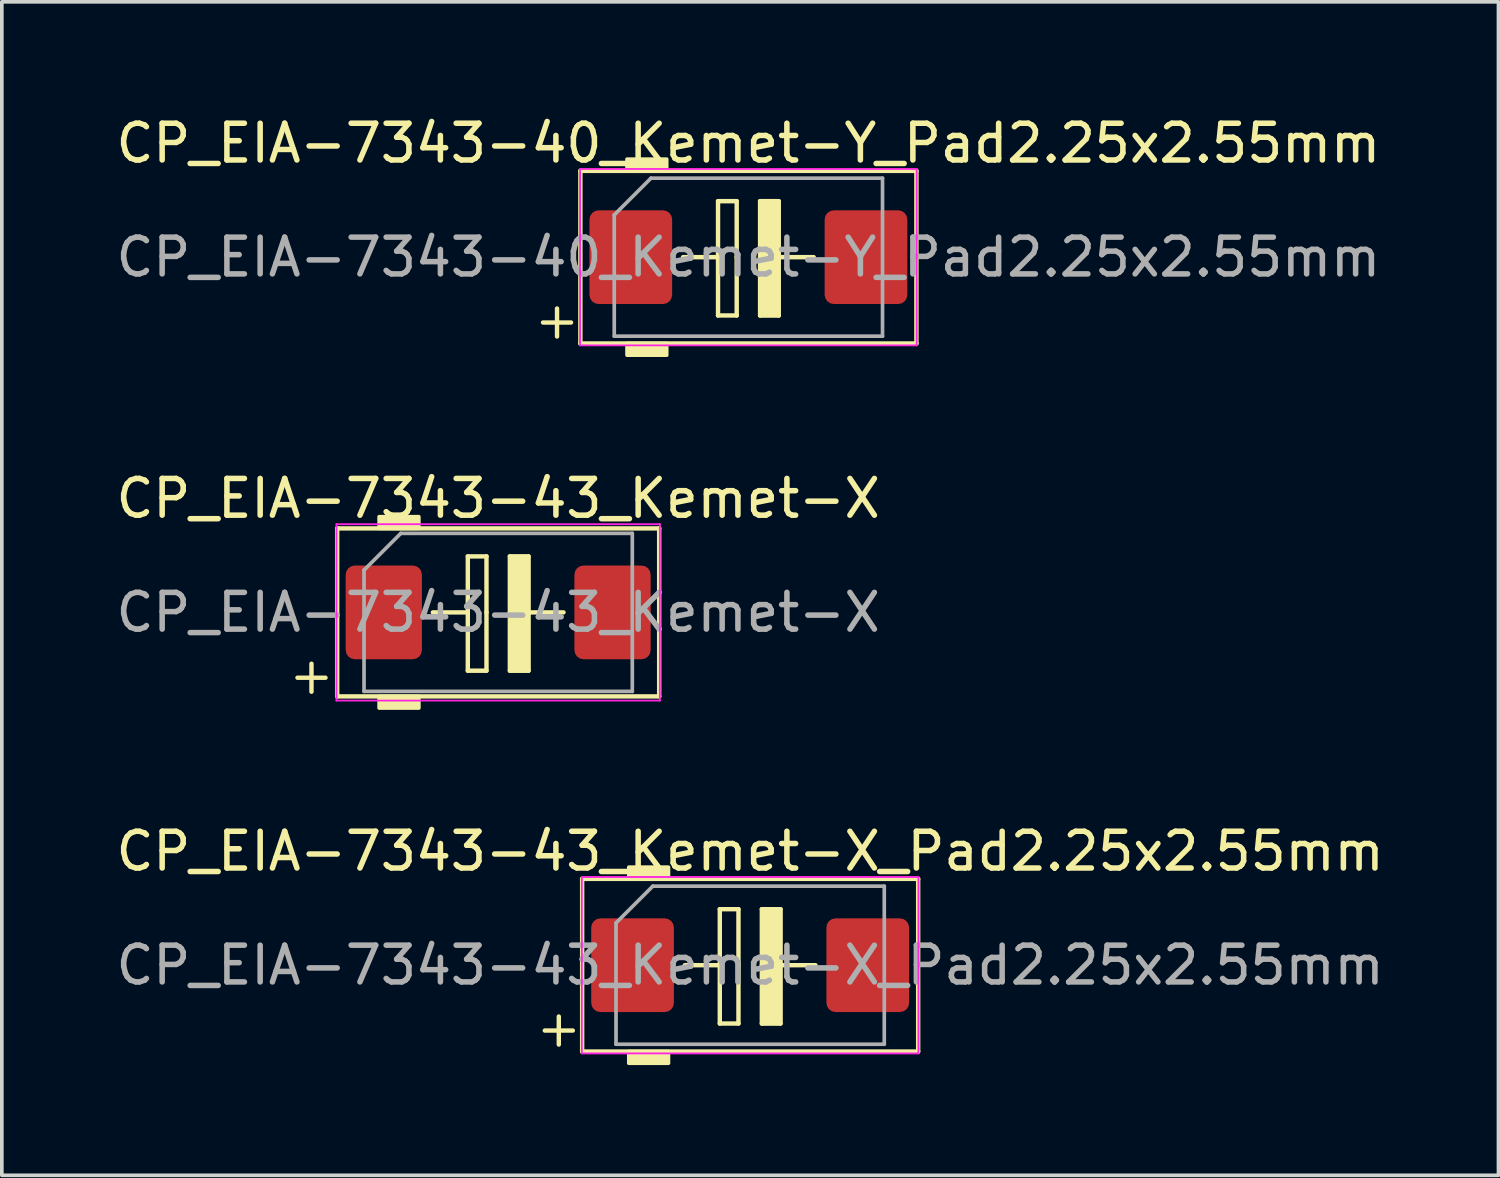
<source format=kicad_pcb>
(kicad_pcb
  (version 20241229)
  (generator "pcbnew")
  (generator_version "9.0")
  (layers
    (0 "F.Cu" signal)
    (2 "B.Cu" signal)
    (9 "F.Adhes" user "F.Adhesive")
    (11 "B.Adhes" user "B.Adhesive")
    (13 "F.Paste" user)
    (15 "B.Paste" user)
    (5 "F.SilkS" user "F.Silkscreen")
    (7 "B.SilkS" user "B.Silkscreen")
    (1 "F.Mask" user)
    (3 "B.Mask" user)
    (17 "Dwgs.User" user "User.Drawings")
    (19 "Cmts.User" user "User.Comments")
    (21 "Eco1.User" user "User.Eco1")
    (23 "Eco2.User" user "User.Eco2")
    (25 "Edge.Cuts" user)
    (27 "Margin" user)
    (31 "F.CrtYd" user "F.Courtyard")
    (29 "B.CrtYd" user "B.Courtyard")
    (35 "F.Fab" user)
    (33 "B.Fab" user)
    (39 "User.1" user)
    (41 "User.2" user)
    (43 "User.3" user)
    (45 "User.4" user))
  (footprint "CP_EIA-7343-43_Kemet-X_Pad2.25x2.55mm"
    (layer "F.Cu")
    (at 17.363 23.215)
    (property "Reference" "CP_EIA-7343-43_Kemet-X_Pad2.25x2.55mm" (at 0 -3.1 0) (layer "F.SilkS") (effects (font (size 1 1) (thickness 0.15))))
    (attr smd)
    (fp_line (start -5.588 1.778) (end -4.826 1.778) (stroke (width 0.12) (type solid)) (layer "F.SilkS"))
    (fp_line (start -5.207 1.397) (end -5.207 2.159) (stroke (width 0.12) (type solid)) (layer "F.SilkS"))
    (fp_line (start -4.572 -2.349) (end -4.572 2.349) (stroke (width 0.12) (type solid)) (layer "F.SilkS"))
    (fp_line (start -4.572 2.349) (end 4.572 2.349) (stroke (width 0.12) (type solid)) (layer "F.SilkS"))
    (fp_line (start -1.778 0) (end -0.826 0) (stroke (width 0.12) (type solid)) (layer "F.SilkS"))
    (fp_line (start -0.826 -1.524) (end -0.826 0) (stroke (width 0.12) (type solid)) (layer "F.SilkS"))
    (fp_line (start -0.826 1.587) (end -0.826 0) (stroke (width 0.12) (type solid)) (layer "F.SilkS"))
    (fp_line (start -0.826 1.587) (end -0.318 1.587) (stroke (width 0.12) (type solid)) (layer "F.SilkS"))
    (fp_line (start -0.318 -1.524) (end -0.826 -1.524) (stroke (width 0.12) (type solid)) (layer "F.SilkS"))
    (fp_line (start -0.318 -1.524) (end -0.318 0) (stroke (width 0.12) (type solid)) (layer "F.SilkS"))
    (fp_line (start -0.318 1.587) (end -0.318 0) (stroke (width 0.12) (type solid)) (layer "F.SilkS"))
    (fp_line (start 0.318 -1.524) (end 0.318 0) (stroke (width 0.12) (type solid)) (layer "F.SilkS"))
    (fp_line (start 0.318 1.587) (end 0.318 0) (stroke (width 0.12) (type solid)) (layer "F.SilkS"))
    (fp_line (start 0.318 1.587) (end 0.826 1.587) (stroke (width 0.12) (type solid)) (layer "F.SilkS"))
    (fp_line (start 0.826 -1.524) (end 0.318 -1.524) (stroke (width 0.12) (type solid)) (layer "F.SilkS"))
    (fp_line (start 0.826 -1.524) (end 0.826 0) (stroke (width 0.12) (type solid)) (layer "F.SilkS"))
    (fp_line (start 0.826 0) (end 1.778 0) (stroke (width 0.12) (type solid)) (layer "F.SilkS"))
    (fp_line (start 0.826 1.587) (end 0.826 0) (stroke (width 0.12) (type solid)) (layer "F.SilkS"))
    (fp_line (start 4.572 -2.349) (end -4.572 -2.349) (stroke (width 0.12) (type solid)) (layer "F.SilkS"))
    (fp_line (start 4.572 2.349) (end 4.572 -2.349) (stroke (width 0.12) (type solid)) (layer "F.SilkS"))
    (fp_poly (pts (xy -2.223 -2.349) (xy -3.302 -2.349) (xy -3.302 -2.667) (xy -2.223 -2.667)) (stroke (width 0.1) (type solid)) (fill yes) (layer "F.SilkS"))
    (fp_poly (pts (xy -2.223 2.667) (xy -3.302 2.667) (xy -3.302 2.349) (xy -2.223 2.349)) (stroke (width 0.1) (type solid)) (fill yes) (layer "F.SilkS"))
    (fp_poly (pts (xy 0.826 1.587) (xy 0.318 1.587) (xy 0.318 -1.524) (xy 0.826 -1.524)) (stroke (width 0.1) (type solid)) (fill yes) (layer "F.SilkS"))
    (fp_line (start -4.58 -2.4) (end 4.58 -2.4) (stroke (width 0.05) (type solid)) (layer "F.CrtYd"))
    (fp_line (start -4.58 2.4) (end -4.58 -2.4) (stroke (width 0.05) (type solid)) (layer "F.CrtYd"))
    (fp_line (start 4.58 -2.4) (end 4.58 2.4) (stroke (width 0.05) (type solid)) (layer "F.CrtYd"))
    (fp_line (start 4.58 2.4) (end -4.58 2.4) (stroke (width 0.05) (type solid)) (layer "F.CrtYd"))
    (fp_line (start -3.65 -1.15) (end -3.65 2.15) (stroke (width 0.1) (type solid)) (layer "F.Fab"))
    (fp_line (start -3.65 2.15) (end 3.65 2.15) (stroke (width 0.1) (type solid)) (layer "F.Fab"))
    (fp_line (start -2.65 -2.15) (end -3.65 -1.15) (stroke (width 0.1) (type solid)) (layer "F.Fab"))
    (fp_line (start 3.65 -2.15) (end -2.65 -2.15) (stroke (width 0.1) (type solid)) (layer "F.Fab"))
    (fp_line (start 3.65 2.15) (end 3.65 -2.15) (stroke (width 0.1) (type solid)) (layer "F.Fab"))
    (fp_text user "${REFERENCE}" (at 0 0 0) (layer "F.Fab") (effects (font (size 1 1) (thickness 0.15))))
    (pad "1" smd roundrect (at -3.2 0) (size 2.25 2.55) (layers "F.Cu" "F.Mask" "F.Paste") (roundrect_rratio 0.111))
    (pad "2" smd roundrect (at 3.2 0) (size 2.25 2.55) (layers "F.Cu" "F.Mask" "F.Paste") (roundrect_rratio 0.111)))
  (footprint "CP_EIA-7343-40_Kemet-Y_Pad2.25x2.55mm"
    (layer "F.Cu")
    (at 17.315 3.948)
    (property "Reference" "CP_EIA-7343-40_Kemet-Y_Pad2.25x2.55mm" (at 0 -3.1 0) (layer "F.SilkS") (effects (font (size 1 1) (thickness 0.15))))
    (attr smd)
    (fp_line (start -5.588 1.778) (end -4.826 1.778) (stroke (width 0.12) (type solid)) (layer "F.SilkS"))
    (fp_line (start -5.207 1.397) (end -5.207 2.159) (stroke (width 0.12) (type solid)) (layer "F.SilkS"))
    (fp_line (start -4.572 -2.349) (end -4.572 2.349) (stroke (width 0.12) (type solid)) (layer "F.SilkS"))
    (fp_line (start -4.572 2.349) (end 4.572 2.349) (stroke (width 0.12) (type solid)) (layer "F.SilkS"))
    (fp_line (start -1.778 0) (end -0.826 0) (stroke (width 0.12) (type solid)) (layer "F.SilkS"))
    (fp_line (start -0.826 -1.524) (end -0.826 0) (stroke (width 0.12) (type solid)) (layer "F.SilkS"))
    (fp_line (start -0.826 1.587) (end -0.826 0) (stroke (width 0.12) (type solid)) (layer "F.SilkS"))
    (fp_line (start -0.826 1.587) (end -0.318 1.587) (stroke (width 0.12) (type solid)) (layer "F.SilkS"))
    (fp_line (start -0.318 -1.524) (end -0.826 -1.524) (stroke (width 0.12) (type solid)) (layer "F.SilkS"))
    (fp_line (start -0.318 -1.524) (end -0.318 0) (stroke (width 0.12) (type solid)) (layer "F.SilkS"))
    (fp_line (start -0.318 1.587) (end -0.318 0) (stroke (width 0.12) (type solid)) (layer "F.SilkS"))
    (fp_line (start 0.318 -1.524) (end 0.318 0) (stroke (width 0.12) (type solid)) (layer "F.SilkS"))
    (fp_line (start 0.318 1.587) (end 0.318 0) (stroke (width 0.12) (type solid)) (layer "F.SilkS"))
    (fp_line (start 0.318 1.587) (end 0.826 1.587) (stroke (width 0.12) (type solid)) (layer "F.SilkS"))
    (fp_line (start 0.826 -1.524) (end 0.318 -1.524) (stroke (width 0.12) (type solid)) (layer "F.SilkS"))
    (fp_line (start 0.826 -1.524) (end 0.826 0) (stroke (width 0.12) (type solid)) (layer "F.SilkS"))
    (fp_line (start 0.826 0) (end 1.778 0) (stroke (width 0.12) (type solid)) (layer "F.SilkS"))
    (fp_line (start 0.826 1.587) (end 0.826 0) (stroke (width 0.12) (type solid)) (layer "F.SilkS"))
    (fp_line (start 4.572 -2.349) (end -4.572 -2.349) (stroke (width 0.12) (type solid)) (layer "F.SilkS"))
    (fp_line (start 4.572 2.349) (end 4.572 -2.349) (stroke (width 0.12) (type solid)) (layer "F.SilkS"))
    (fp_poly (pts (xy -2.223 -2.349) (xy -3.302 -2.349) (xy -3.302 -2.667) (xy -2.223 -2.667)) (stroke (width 0.1) (type solid)) (fill yes) (layer "F.SilkS"))
    (fp_poly (pts (xy -2.223 2.667) (xy -3.302 2.667) (xy -3.302 2.349) (xy -2.223 2.349)) (stroke (width 0.1) (type solid)) (fill yes) (layer "F.SilkS"))
    (fp_poly (pts (xy 0.826 1.587) (xy 0.318 1.587) (xy 0.318 -1.524) (xy 0.826 -1.524)) (stroke (width 0.1) (type solid)) (fill yes) (layer "F.SilkS"))
    (fp_line (start -4.58 -2.4) (end 4.58 -2.4) (stroke (width 0.05) (type solid)) (layer "F.CrtYd"))
    (fp_line (start -4.58 2.4) (end -4.58 -2.4) (stroke (width 0.05) (type solid)) (layer "F.CrtYd"))
    (fp_line (start 4.58 -2.4) (end 4.58 2.4) (stroke (width 0.05) (type solid)) (layer "F.CrtYd"))
    (fp_line (start 4.58 2.4) (end -4.58 2.4) (stroke (width 0.05) (type solid)) (layer "F.CrtYd"))
    (fp_line (start -3.65 -1.15) (end -3.65 2.15) (stroke (width 0.1) (type solid)) (layer "F.Fab"))
    (fp_line (start -3.65 2.15) (end 3.65 2.15) (stroke (width 0.1) (type solid)) (layer "F.Fab"))
    (fp_line (start -2.65 -2.15) (end -3.65 -1.15) (stroke (width 0.1) (type solid)) (layer "F.Fab"))
    (fp_line (start 3.65 -2.15) (end -2.65 -2.15) (stroke (width 0.1) (type solid)) (layer "F.Fab"))
    (fp_line (start 3.65 2.15) (end 3.65 -2.15) (stroke (width 0.1) (type solid)) (layer "F.Fab"))
    (fp_text user "${REFERENCE}" (at 0 0 0) (layer "F.Fab") (effects (font (size 1 1) (thickness 0.15))))
    (pad "1" smd roundrect (at -3.2 0) (size 2.25 2.55) (layers "F.Cu" "F.Mask" "F.Paste") (roundrect_rratio 0.111))
    (pad "2" smd roundrect (at 3.2 0) (size 2.25 2.55) (layers "F.Cu" "F.Mask" "F.Paste") (roundrect_rratio 0.111)))
  (footprint "CP_EIA-7343-43_Kemet-X"
    (layer "F.Cu")
    (at 10.506 13.614)
    (property "Reference" "CP_EIA-7343-43_Kemet-X" (at 0 -3.1 0) (layer "F.SilkS") (effects (font (size 1 1) (thickness 0.15))))
    (attr smd)
    (fp_line (start -5.461 1.778) (end -4.699 1.778) (stroke (width 0.12) (type solid)) (layer "F.SilkS"))
    (fp_line (start -5.08 1.397) (end -5.08 2.159) (stroke (width 0.12) (type solid)) (layer "F.SilkS"))
    (fp_line (start -4.381 -2.286) (end -4.381 2.286) (stroke (width 0.12) (type solid)) (layer "F.SilkS"))
    (fp_line (start -4.381 2.286) (end 4.381 2.286) (stroke (width 0.12) (type solid)) (layer "F.SilkS"))
    (fp_line (start -1.778 0) (end -0.826 0) (stroke (width 0.12) (type solid)) (layer "F.SilkS"))
    (fp_line (start -0.826 -1.524) (end -0.826 0) (stroke (width 0.12) (type solid)) (layer "F.SilkS"))
    (fp_line (start -0.826 1.587) (end -0.826 0) (stroke (width 0.12) (type solid)) (layer "F.SilkS"))
    (fp_line (start -0.826 1.587) (end -0.318 1.587) (stroke (width 0.12) (type solid)) (layer "F.SilkS"))
    (fp_line (start -0.318 -1.524) (end -0.826 -1.524) (stroke (width 0.12) (type solid)) (layer "F.SilkS"))
    (fp_line (start -0.318 -1.524) (end -0.318 0) (stroke (width 0.12) (type solid)) (layer "F.SilkS"))
    (fp_line (start -0.318 1.587) (end -0.318 0) (stroke (width 0.12) (type solid)) (layer "F.SilkS"))
    (fp_line (start 0.318 -1.524) (end 0.318 0) (stroke (width 0.12) (type solid)) (layer "F.SilkS"))
    (fp_line (start 0.318 1.587) (end 0.318 0) (stroke (width 0.12) (type solid)) (layer "F.SilkS"))
    (fp_line (start 0.318 1.587) (end 0.826 1.587) (stroke (width 0.12) (type solid)) (layer "F.SilkS"))
    (fp_line (start 0.826 -1.524) (end 0.318 -1.524) (stroke (width 0.12) (type solid)) (layer "F.SilkS"))
    (fp_line (start 0.826 -1.524) (end 0.826 0) (stroke (width 0.12) (type solid)) (layer "F.SilkS"))
    (fp_line (start 0.826 0) (end 1.778 0) (stroke (width 0.12) (type solid)) (layer "F.SilkS"))
    (fp_line (start 0.826 1.587) (end 0.826 0) (stroke (width 0.12) (type solid)) (layer "F.SilkS"))
    (fp_line (start 4.381 -2.286) (end -4.381 -2.286) (stroke (width 0.12) (type solid)) (layer "F.SilkS"))
    (fp_line (start 4.381 2.286) (end 4.381 -2.286) (stroke (width 0.12) (type solid)) (layer "F.SilkS"))
    (fp_poly (pts (xy -2.159 -2.286) (xy -3.239 -2.286) (xy -3.239 -2.603) (xy -2.159 -2.603)) (stroke (width 0.1) (type solid)) (fill yes) (layer "F.SilkS"))
    (fp_poly (pts (xy -2.159 2.603) (xy -3.239 2.603) (xy -3.239 2.286) (xy -2.159 2.286)) (stroke (width 0.1) (type solid)) (fill yes) (layer "F.SilkS"))
    (fp_poly (pts (xy 0.826 1.587) (xy 0.318 1.587) (xy 0.318 -1.524) (xy 0.826 -1.524)) (stroke (width 0.1) (type solid)) (fill yes) (layer "F.SilkS"))
    (fp_line (start -4.4 -2.4) (end 4.4 -2.4) (stroke (width 0.05) (type solid)) (layer "F.CrtYd"))
    (fp_line (start -4.4 2.4) (end -4.4 -2.4) (stroke (width 0.05) (type solid)) (layer "F.CrtYd"))
    (fp_line (start 4.4 -2.4) (end 4.4 2.4) (stroke (width 0.05) (type solid)) (layer "F.CrtYd"))
    (fp_line (start 4.4 2.4) (end -4.4 2.4) (stroke (width 0.05) (type solid)) (layer "F.CrtYd"))
    (fp_line (start -3.65 -1.15) (end -3.65 2.15) (stroke (width 0.1) (type solid)) (layer "F.Fab"))
    (fp_line (start -3.65 2.15) (end 3.65 2.15) (stroke (width 0.1) (type solid)) (layer "F.Fab"))
    (fp_line (start -2.65 -2.15) (end -3.65 -1.15) (stroke (width 0.1) (type solid)) (layer "F.Fab"))
    (fp_line (start 3.65 -2.15) (end -2.65 -2.15) (stroke (width 0.1) (type solid)) (layer "F.Fab"))
    (fp_line (start 3.65 2.15) (end 3.65 -2.15) (stroke (width 0.1) (type solid)) (layer "F.Fab"))
    (fp_text user "${REFERENCE}" (at 0 0 0) (layer "F.Fab") (effects (font (size 1 1) (thickness 0.15))))
    (pad "1" smd roundrect (at -3.112 0) (size 2.075 2.55) (layers "F.Cu" "F.Mask" "F.Paste") (roundrect_rratio 0.12))
    (pad "2" smd roundrect (at 3.112 0) (size 2.075 2.55) (layers "F.Cu" "F.Mask" "F.Paste") (roundrect_rratio 0.12)))
  (gr_rect
    (start -3 -3)
    (end 37.726 28.932)
    (stroke (width 0.1) (type default))
    (fill no)
    (layer "Edge.Cuts")))
</source>
